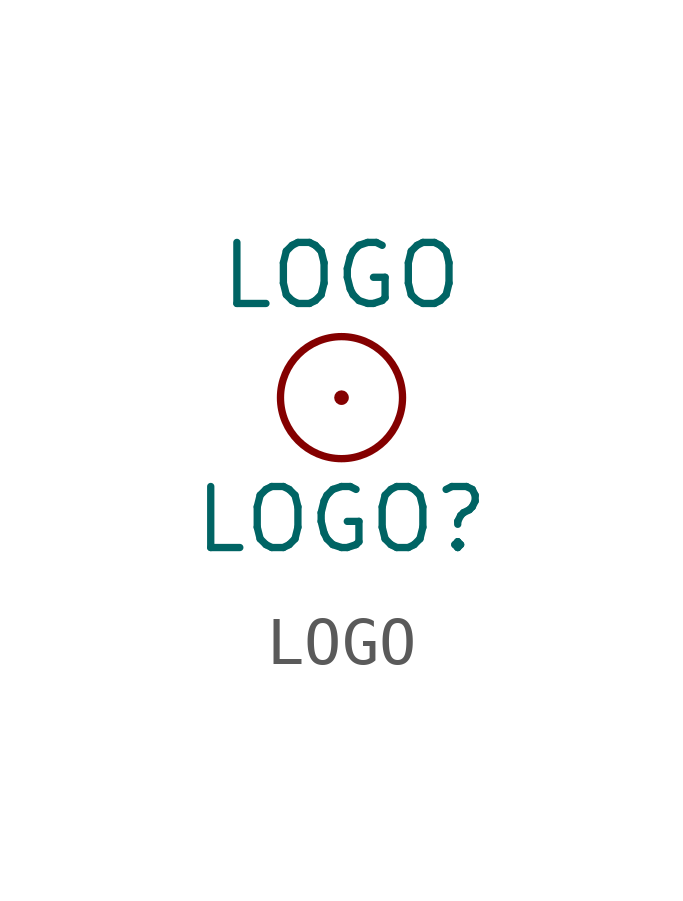
<source format=kicad_sym>
(kicad_symbol_lib
  (version 20220914)
  (generator kicad_symbol_editor)
  (symbol "LOGO"
    (pin_names
      (offset 1.016))
    (property "Reference" "LOGO"
      (at 0 -2.54 0)
      (effects (font (size 1.27 1.27))))
    (property "Value" "LOGO"
      (at 0 2.54 0)
      (effects (font (size 1.27 1.27))))
    (symbol "LOGO_0_1"
      (circle (center 0 0) (radius 0.0001) (stroke (width 0) (type default)) (fill (type none)))
      (circle (center 0 0) (radius 1.27) (stroke (width 0) (type default)) (fill (type none))))))
</source>
